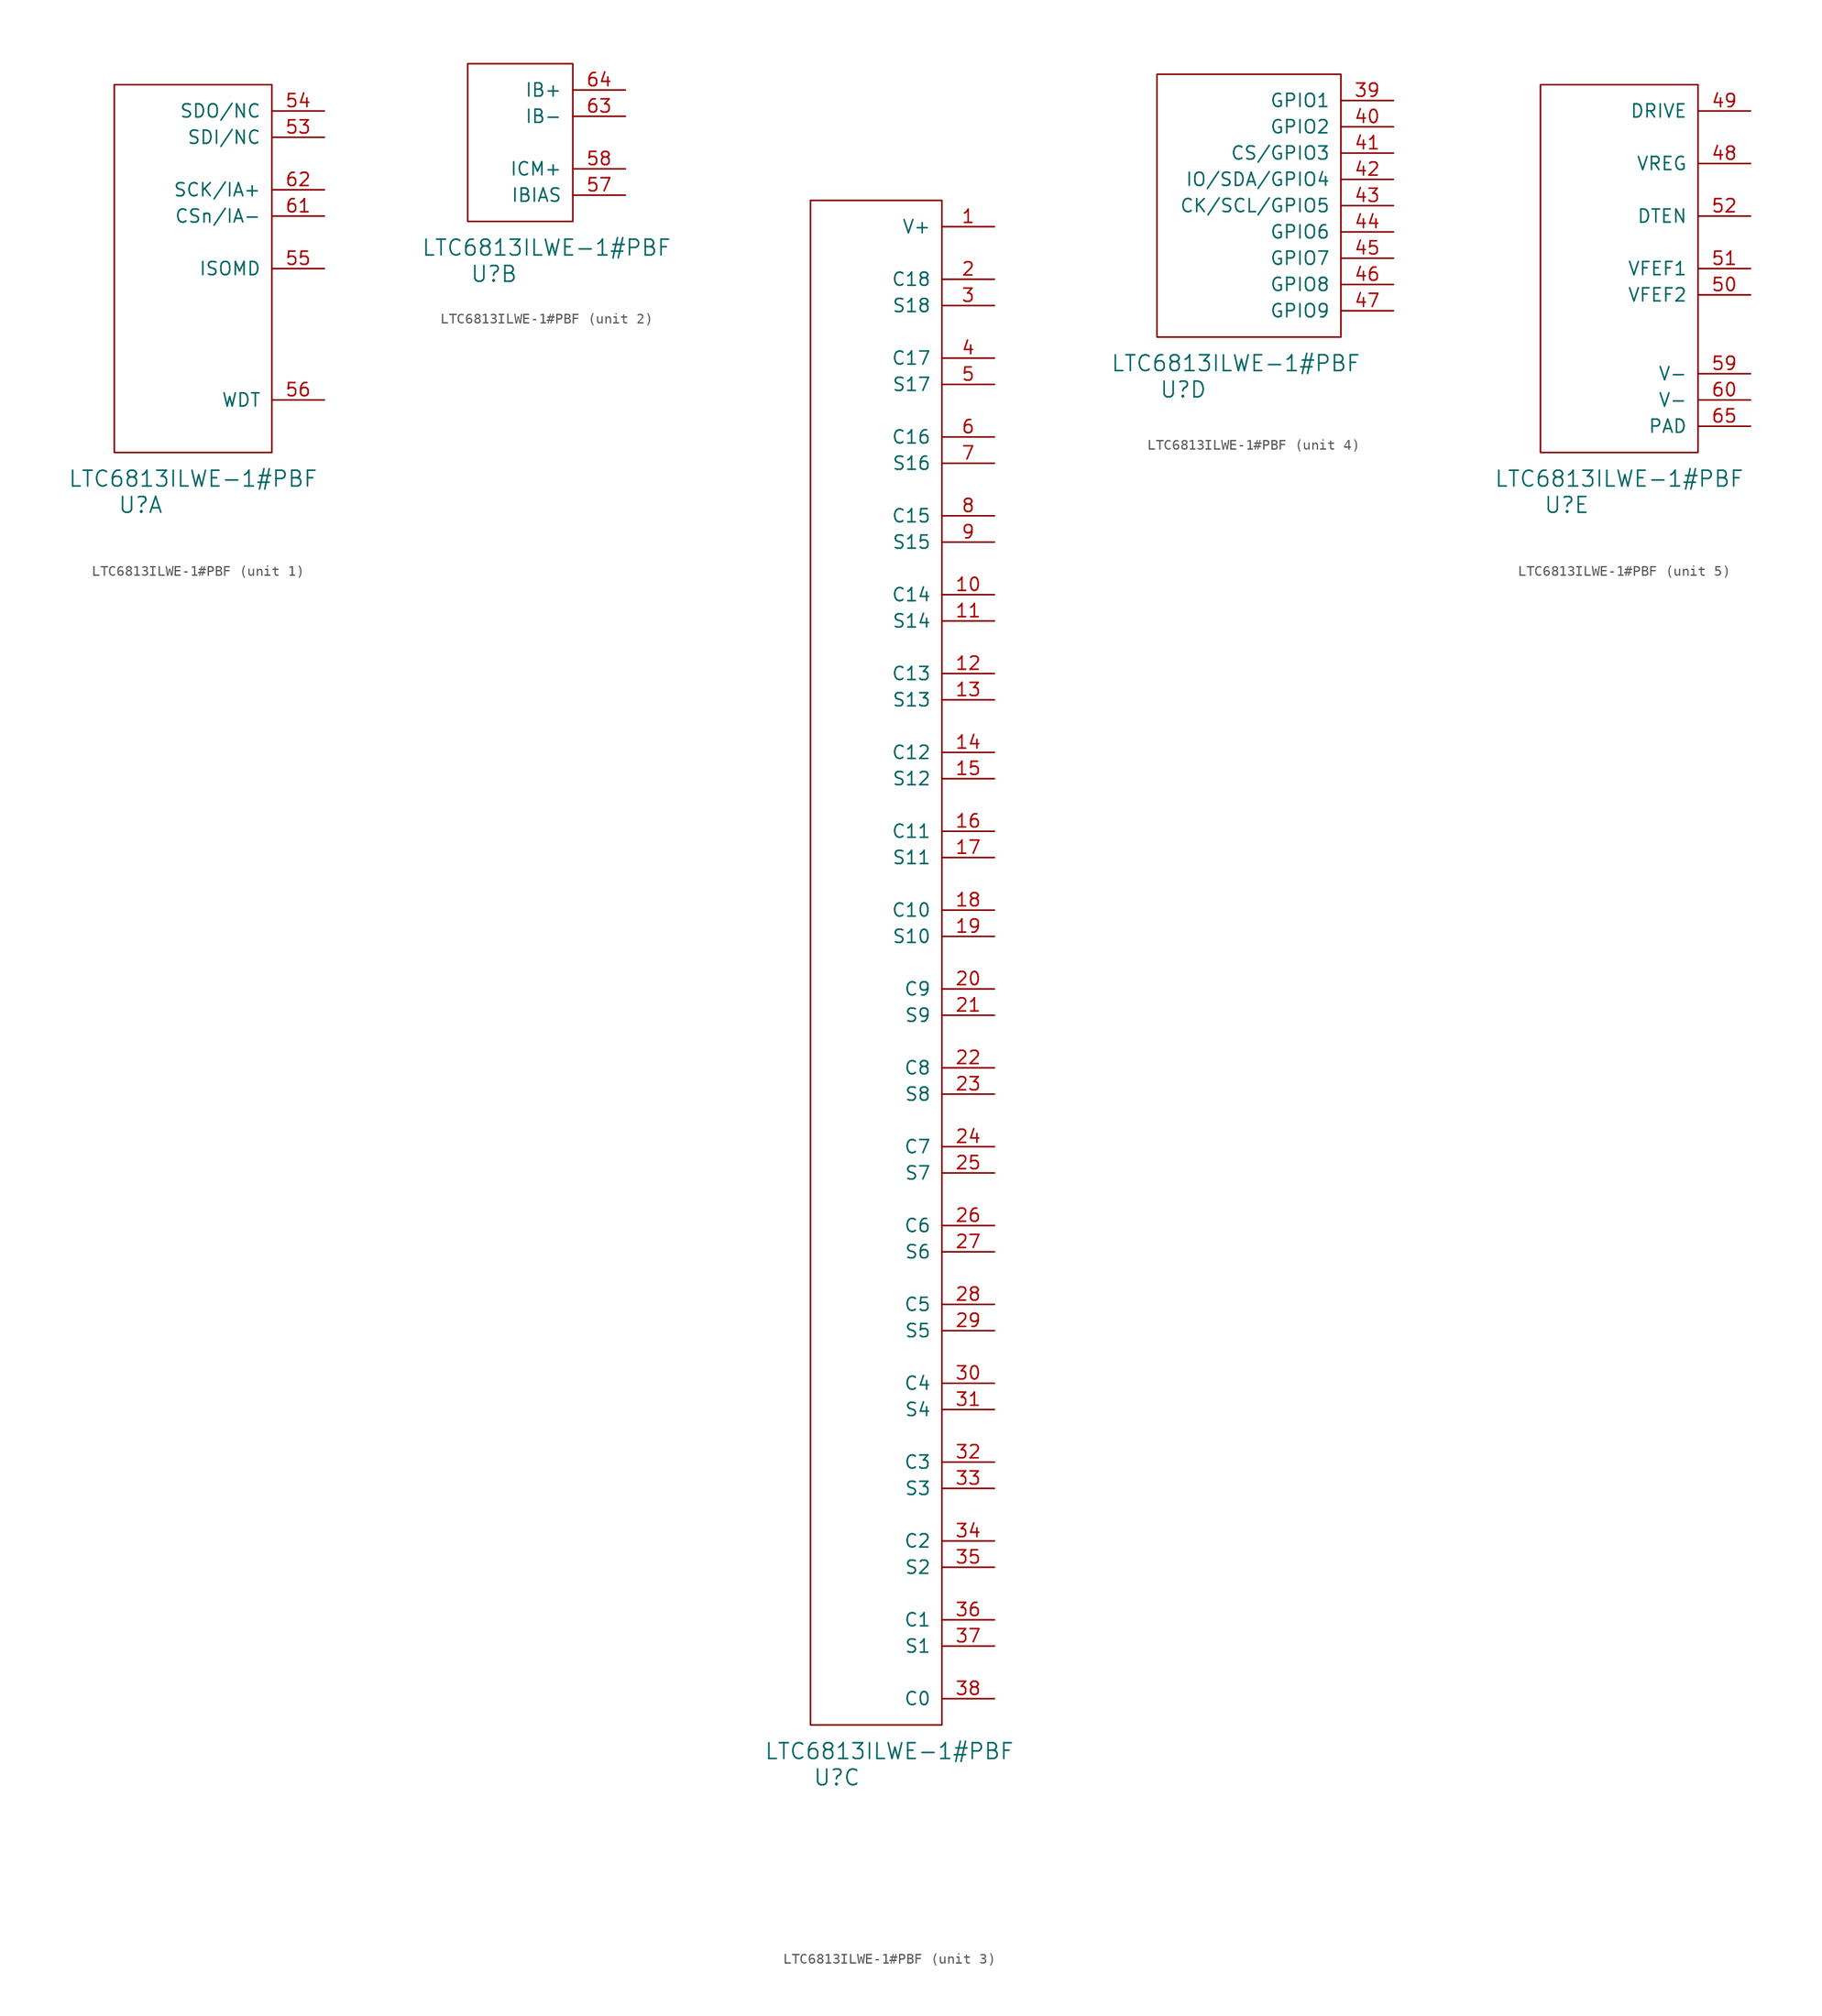
<source format=kicad_sym>
(kicad_symbol_lib
  (version 20220914)
  (generator kicad_symbol_editor)
  (symbol "LTC6813ILWE-1#PBF"
    (pin_names
      (offset 1.016))
    (property "Reference" "U"
      (at 2.54 -5.08 0)
      (effects (font (size 1.524 1.524))))
    (property "Value" "LTC6813ILWE-1#PBF"
      (at 7.62 -2.54 0)
      (effects (font (size 1.524 1.524))))
    (property "ki_locked" ""
      (at 0 0 0)
      (effects (font (size 1.27 1.27))))
    (symbol "LTC6813ILWE-1#PBF_1_1"
      (rectangle (start 0 0) (end 15.24 35.56) (stroke (width 0) (type solid)) (fill (type none)))
      (pin input line (at 20.32 30.48 180) (length 5.08) (name "SDI/NC" (effects (font (size 1.27 1.27)))) (number "53" (effects (font (size 1.27 1.27)))))
      (pin output line (at 20.32 33.02 180) (length 5.08) (name "SDO/NC" (effects (font (size 1.27 1.27)))) (number "54" (effects (font (size 1.27 1.27)))))
      (pin input line (at 20.32 17.78 180) (length 5.08) (name "ISOMD" (effects (font (size 1.27 1.27)))) (number "55" (effects (font (size 1.27 1.27)))))
      (pin output line (at 20.32 5.08 180) (length 5.08) (name "WDT" (effects (font (size 1.27 1.27)))) (number "56" (effects (font (size 1.27 1.27)))))
      (pin bidirectional line (at 20.32 22.86 180) (length 5.08) (name "CSn/IA-" (effects (font (size 1.27 1.27)))) (number "61" (effects (font (size 1.27 1.27)))))
      (pin bidirectional line (at 20.32 25.4 180) (length 5.08) (name "SCK/IA+" (effects (font (size 1.27 1.27)))) (number "62" (effects (font (size 1.27 1.27))))))
    (symbol "LTC6813ILWE-1#PBF_2_1"
      (rectangle (start 10.16 15.24) (end 0 0) (stroke (width 0) (type solid)) (fill (type none)))
      (pin output line (at 15.24 2.54 180) (length 5.08) (name "IBIAS" (effects (font (size 1.27 1.27)))) (number "57" (effects (font (size 1.27 1.27)))))
      (pin output line (at 15.24 5.08 180) (length 5.08) (name "ICM+" (effects (font (size 1.27 1.27)))) (number "58" (effects (font (size 1.27 1.27)))))
      (pin bidirectional line (at 15.24 10.16 180) (length 5.08) (name "IB-" (effects (font (size 1.27 1.27)))) (number "63" (effects (font (size 1.27 1.27)))))
      (pin bidirectional line (at 15.24 12.7 180) (length 5.08) (name "IB+" (effects (font (size 1.27 1.27)))) (number "64" (effects (font (size 1.27 1.27))))))
    (symbol "LTC6813ILWE-1#PBF_3_1"
      (rectangle (start 0 0) (end 12.7 147.32) (stroke (width 0) (type solid)) (fill (type none)))
      (pin input line (at 17.78 144.78 180) (length 5.08) (name "V+" (effects (font (size 1.27 1.27)))) (number "1" (effects (font (size 1.27 1.27)))))
      (pin input line (at 17.78 109.22 180) (length 5.08) (name "C14" (effects (font (size 1.27 1.27)))) (number "10" (effects (font (size 1.27 1.27)))))
      (pin output line (at 17.78 106.68 180) (length 5.08) (name "S14" (effects (font (size 1.27 1.27)))) (number "11" (effects (font (size 1.27 1.27)))))
      (pin input line (at 17.78 101.6 180) (length 5.08) (name "C13" (effects (font (size 1.27 1.27)))) (number "12" (effects (font (size 1.27 1.27)))))
      (pin output line (at 17.78 99.06 180) (length 5.08) (name "S13" (effects (font (size 1.27 1.27)))) (number "13" (effects (font (size 1.27 1.27)))))
      (pin input line (at 17.78 93.98 180) (length 5.08) (name "C12" (effects (font (size 1.27 1.27)))) (number "14" (effects (font (size 1.27 1.27)))))
      (pin output line (at 17.78 91.44 180) (length 5.08) (name "S12" (effects (font (size 1.27 1.27)))) (number "15" (effects (font (size 1.27 1.27)))))
      (pin input line (at 17.78 86.36 180) (length 5.08) (name "C11" (effects (font (size 1.27 1.27)))) (number "16" (effects (font (size 1.27 1.27)))))
      (pin output line (at 17.78 83.82 180) (length 5.08) (name "S11" (effects (font (size 1.27 1.27)))) (number "17" (effects (font (size 1.27 1.27)))))
      (pin input line (at 17.78 78.74 180) (length 5.08) (name "C10" (effects (font (size 1.27 1.27)))) (number "18" (effects (font (size 1.27 1.27)))))
      (pin output line (at 17.78 76.2 180) (length 5.08) (name "S10" (effects (font (size 1.27 1.27)))) (number "19" (effects (font (size 1.27 1.27)))))
      (pin input line (at 17.78 139.7 180) (length 5.08) (name "C18" (effects (font (size 1.27 1.27)))) (number "2" (effects (font (size 1.27 1.27)))))
      (pin input line (at 17.78 71.12 180) (length 5.08) (name "C9" (effects (font (size 1.27 1.27)))) (number "20" (effects (font (size 1.27 1.27)))))
      (pin output line (at 17.78 68.58 180) (length 5.08) (name "S9" (effects (font (size 1.27 1.27)))) (number "21" (effects (font (size 1.27 1.27)))))
      (pin input line (at 17.78 63.5 180) (length 5.08) (name "C8" (effects (font (size 1.27 1.27)))) (number "22" (effects (font (size 1.27 1.27)))))
      (pin output line (at 17.78 60.96 180) (length 5.08) (name "S8" (effects (font (size 1.27 1.27)))) (number "23" (effects (font (size 1.27 1.27)))))
      (pin input line (at 17.78 55.88 180) (length 5.08) (name "C7" (effects (font (size 1.27 1.27)))) (number "24" (effects (font (size 1.27 1.27)))))
      (pin output line (at 17.78 53.34 180) (length 5.08) (name "S7" (effects (font (size 1.27 1.27)))) (number "25" (effects (font (size 1.27 1.27)))))
      (pin input line (at 17.78 48.26 180) (length 5.08) (name "C6" (effects (font (size 1.27 1.27)))) (number "26" (effects (font (size 1.27 1.27)))))
      (pin output line (at 17.78 45.72 180) (length 5.08) (name "S6" (effects (font (size 1.27 1.27)))) (number "27" (effects (font (size 1.27 1.27)))))
      (pin input line (at 17.78 40.64 180) (length 5.08) (name "C5" (effects (font (size 1.27 1.27)))) (number "28" (effects (font (size 1.27 1.27)))))
      (pin output line (at 17.78 38.1 180) (length 5.08) (name "S5" (effects (font (size 1.27 1.27)))) (number "29" (effects (font (size 1.27 1.27)))))
      (pin output line (at 17.78 137.16 180) (length 5.08) (name "S18" (effects (font (size 1.27 1.27)))) (number "3" (effects (font (size 1.27 1.27)))))
      (pin input line (at 17.78 33.02 180) (length 5.08) (name "C4" (effects (font (size 1.27 1.27)))) (number "30" (effects (font (size 1.27 1.27)))))
      (pin output line (at 17.78 30.48 180) (length 5.08) (name "S4" (effects (font (size 1.27 1.27)))) (number "31" (effects (font (size 1.27 1.27)))))
      (pin input line (at 17.78 25.4 180) (length 5.08) (name "C3" (effects (font (size 1.27 1.27)))) (number "32" (effects (font (size 1.27 1.27)))))
      (pin output line (at 17.78 22.86 180) (length 5.08) (name "S3" (effects (font (size 1.27 1.27)))) (number "33" (effects (font (size 1.27 1.27)))))
      (pin input line (at 17.78 17.78 180) (length 5.08) (name "C2" (effects (font (size 1.27 1.27)))) (number "34" (effects (font (size 1.27 1.27)))))
      (pin output line (at 17.78 15.24 180) (length 5.08) (name "S2" (effects (font (size 1.27 1.27)))) (number "35" (effects (font (size 1.27 1.27)))))
      (pin input line (at 17.78 10.16 180) (length 5.08) (name "C1" (effects (font (size 1.27 1.27)))) (number "36" (effects (font (size 1.27 1.27)))))
      (pin output line (at 17.78 7.62 180) (length 5.08) (name "S1" (effects (font (size 1.27 1.27)))) (number "37" (effects (font (size 1.27 1.27)))))
      (pin input line (at 17.78 2.54 180) (length 5.08) (name "C0" (effects (font (size 1.27 1.27)))) (number "38" (effects (font (size 1.27 1.27)))))
      (pin input line (at 17.78 132.08 180) (length 5.08) (name "C17" (effects (font (size 1.27 1.27)))) (number "4" (effects (font (size 1.27 1.27)))))
      (pin output line (at 17.78 129.54 180) (length 5.08) (name "S17" (effects (font (size 1.27 1.27)))) (number "5" (effects (font (size 1.27 1.27)))))
      (pin input line (at 17.78 124.46 180) (length 5.08) (name "C16" (effects (font (size 1.27 1.27)))) (number "6" (effects (font (size 1.27 1.27)))))
      (pin output line (at 17.78 121.92 180) (length 5.08) (name "S16" (effects (font (size 1.27 1.27)))) (number "7" (effects (font (size 1.27 1.27)))))
      (pin input line (at 17.78 116.84 180) (length 5.08) (name "C15" (effects (font (size 1.27 1.27)))) (number "8" (effects (font (size 1.27 1.27)))))
      (pin output line (at 17.78 114.3 180) (length 5.08) (name "S15" (effects (font (size 1.27 1.27)))) (number "9" (effects (font (size 1.27 1.27))))))
    (symbol "LTC6813ILWE-1#PBF_4_1"
      (rectangle (start 0 0) (end 17.78 25.4) (stroke (width 0) (type solid)) (fill (type none)))
      (pin bidirectional line (at 22.86 22.86 180) (length 5.08) (name "GPIO1" (effects (font (size 1.27 1.27)))) (number "39" (effects (font (size 1.27 1.27)))))
      (pin bidirectional line (at 22.86 20.32 180) (length 5.08) (name "GPIO2" (effects (font (size 1.27 1.27)))) (number "40" (effects (font (size 1.27 1.27)))))
      (pin bidirectional line (at 22.86 17.78 180) (length 5.08) (name "CS/GPIO3" (effects (font (size 1.27 1.27)))) (number "41" (effects (font (size 1.27 1.27)))))
      (pin bidirectional line (at 22.86 15.24 180) (length 5.08) (name "IO/SDA/GPIO4" (effects (font (size 1.27 1.27)))) (number "42" (effects (font (size 1.27 1.27)))))
      (pin bidirectional line (at 22.86 12.7 180) (length 5.08) (name "CK/SCL/GPIO5" (effects (font (size 1.27 1.27)))) (number "43" (effects (font (size 1.27 1.27)))))
      (pin bidirectional line (at 22.86 10.16 180) (length 5.08) (name "GPIO6" (effects (font (size 1.27 1.27)))) (number "44" (effects (font (size 1.27 1.27)))))
      (pin bidirectional line (at 22.86 7.62 180) (length 5.08) (name "GPIO7" (effects (font (size 1.27 1.27)))) (number "45" (effects (font (size 1.27 1.27)))))
      (pin bidirectional line (at 22.86 5.08 180) (length 5.08) (name "GPIO8" (effects (font (size 1.27 1.27)))) (number "46" (effects (font (size 1.27 1.27)))))
      (pin bidirectional line (at 22.86 2.54 180) (length 5.08) (name "GPIO9" (effects (font (size 1.27 1.27)))) (number "47" (effects (font (size 1.27 1.27))))))
    (symbol "LTC6813ILWE-1#PBF_5_1"
      (rectangle (start 0 0) (end 15.24 35.56) (stroke (width 0) (type solid)) (fill (type none)))
      (pin input line (at 20.32 27.94 180) (length 5.08) (name "VREG" (effects (font (size 1.27 1.27)))) (number "48" (effects (font (size 1.27 1.27)))))
      (pin output line (at 20.32 33.02 180) (length 5.08) (name "DRIVE" (effects (font (size 1.27 1.27)))) (number "49" (effects (font (size 1.27 1.27)))))
      (pin output line (at 20.32 15.24 180) (length 5.08) (name "VFEF2" (effects (font (size 1.27 1.27)))) (number "50" (effects (font (size 1.27 1.27)))))
      (pin output line (at 20.32 17.78 180) (length 5.08) (name "VFEF1" (effects (font (size 1.27 1.27)))) (number "51" (effects (font (size 1.27 1.27)))))
      (pin input line (at 20.32 22.86 180) (length 5.08) (name "DTEN" (effects (font (size 1.27 1.27)))) (number "52" (effects (font (size 1.27 1.27)))))
      (pin power_in line (at 20.32 7.62 180) (length 5.08) (name "V-" (effects (font (size 1.27 1.27)))) (number "59" (effects (font (size 1.27 1.27)))))
      (pin power_in line (at 20.32 5.08 180) (length 5.08) (name "V-" (effects (font (size 1.27 1.27)))) (number "60" (effects (font (size 1.27 1.27)))))
      (pin power_in line (at 20.32 2.54 180) (length 5.08) (name "PAD" (effects (font (size 1.27 1.27)))) (number "65" (effects (font (size 1.27 1.27))))))))
</source>
